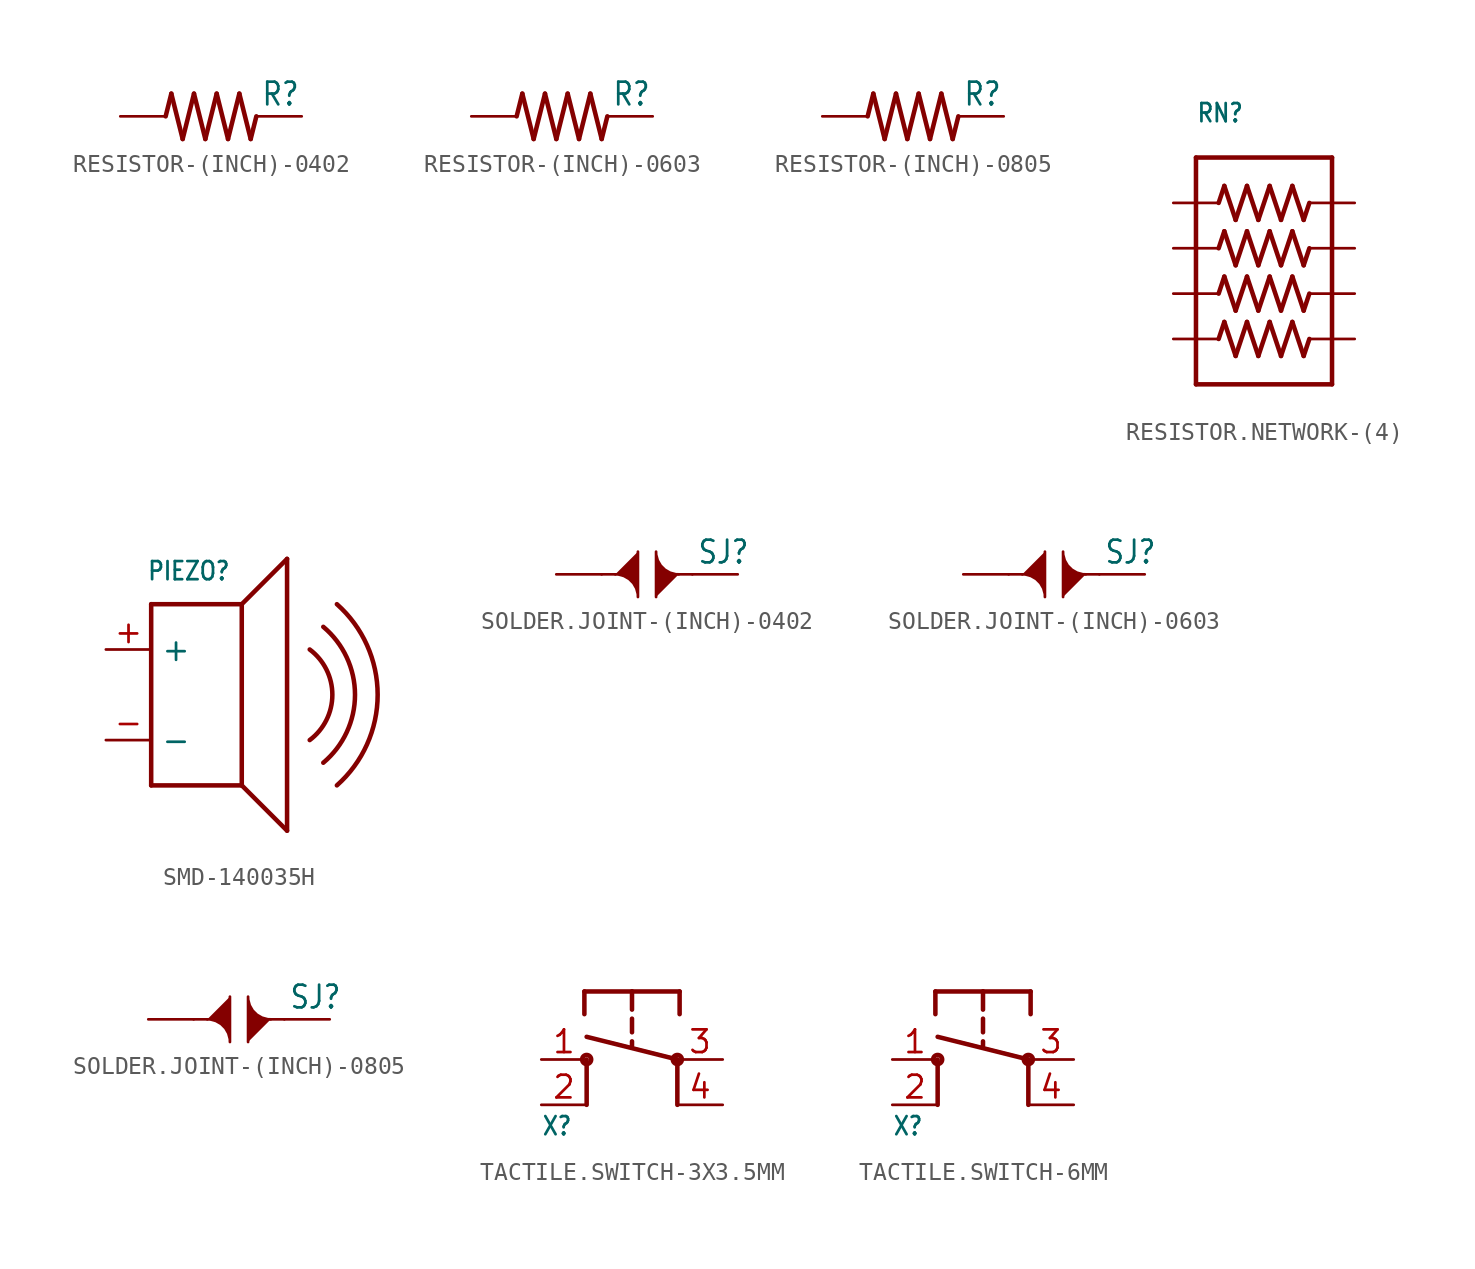
<source format=kicad_sym>
(kicad_symbol_lib
  (version 20231120)
  (generator "kicad_symbol_editor")
  (generator_version "8.0")
  (symbol "RESISTOR-(INCH)-0402"
    (property "Reference" "R"
      (at 2.794 0.508 0)
      (effects (font (size 1.27 1.079)) (justify left bottom)))
    (property "Value" ""
      (at 2.794 -0.508 0)
      (effects (font (size 1.27 1.079)) (justify left top)))
    (property "ki_locked" ""
      (at 0 0 0)
      (effects (font (size 1.27 1.27))))
    (symbol "RESISTOR-(INCH)-0402_1_0"
      (polyline (pts (xy -2.223 1.27) (xy -2.54 0)) (stroke (width 0.254) (type solid)) (fill (type none)))
      (polyline (pts (xy -1.587 -1.27) (xy -2.223 1.27)) (stroke (width 0.254) (type solid)) (fill (type none)))
      (polyline (pts (xy -0.953 1.27) (xy -1.587 -1.27)) (stroke (width 0.254) (type solid)) (fill (type none)))
      (polyline (pts (xy -0.318 -1.27) (xy -0.953 1.27)) (stroke (width 0.254) (type solid)) (fill (type none)))
      (polyline (pts (xy 0.318 1.27) (xy -0.318 -1.27)) (stroke (width 0.254) (type solid)) (fill (type none)))
      (polyline (pts (xy 0.953 -1.27) (xy 0.318 1.27)) (stroke (width 0.254) (type solid)) (fill (type none)))
      (polyline (pts (xy 1.587 1.27) (xy 0.953 -1.27)) (stroke (width 0.254) (type solid)) (fill (type none)))
      (polyline (pts (xy 2.223 -1.27) (xy 1.587 1.27)) (stroke (width 0.254) (type solid)) (fill (type none)))
      (polyline (pts (xy 2.54 0) (xy 2.223 -1.27)) (stroke (width 0.254) (type solid)) (fill (type none)))
      (pin bidirectional line (at -5.08 0 0) (length 2.54) (name "1" (effects (font (size 0 0)))) (number "1" (effects (font (size 0 0)))))
      (pin bidirectional line (at 5.08 0 180) (length 2.54) (name "2" (effects (font (size 0 0)))) (number "2" (effects (font (size 0 0)))))))
  (symbol "RESISTOR-(INCH)-0603"
    (property "Reference" "R"
      (at 2.794 0.508 0)
      (effects (font (size 1.27 1.079)) (justify left bottom)))
    (property "Value" ""
      (at 2.794 -0.508 0)
      (effects (font (size 1.27 1.079)) (justify left top)))
    (property "ki_locked" ""
      (at 0 0 0)
      (effects (font (size 1.27 1.27))))
    (symbol "RESISTOR-(INCH)-0603_1_0"
      (polyline (pts (xy -2.223 1.27) (xy -2.54 0)) (stroke (width 0.254) (type solid)) (fill (type none)))
      (polyline (pts (xy -1.587 -1.27) (xy -2.223 1.27)) (stroke (width 0.254) (type solid)) (fill (type none)))
      (polyline (pts (xy -0.953 1.27) (xy -1.587 -1.27)) (stroke (width 0.254) (type solid)) (fill (type none)))
      (polyline (pts (xy -0.318 -1.27) (xy -0.953 1.27)) (stroke (width 0.254) (type solid)) (fill (type none)))
      (polyline (pts (xy 0.318 1.27) (xy -0.318 -1.27)) (stroke (width 0.254) (type solid)) (fill (type none)))
      (polyline (pts (xy 0.953 -1.27) (xy 0.318 1.27)) (stroke (width 0.254) (type solid)) (fill (type none)))
      (polyline (pts (xy 1.587 1.27) (xy 0.953 -1.27)) (stroke (width 0.254) (type solid)) (fill (type none)))
      (polyline (pts (xy 2.223 -1.27) (xy 1.587 1.27)) (stroke (width 0.254) (type solid)) (fill (type none)))
      (polyline (pts (xy 2.54 0) (xy 2.223 -1.27)) (stroke (width 0.254) (type solid)) (fill (type none)))
      (pin bidirectional line (at -5.08 0 0) (length 2.54) (name "1" (effects (font (size 0 0)))) (number "1" (effects (font (size 0 0)))))
      (pin bidirectional line (at 5.08 0 180) (length 2.54) (name "2" (effects (font (size 0 0)))) (number "2" (effects (font (size 0 0)))))))
  (symbol "RESISTOR-(INCH)-0805"
    (property "Reference" "R"
      (at 2.794 0.508 0)
      (effects (font (size 1.27 1.079)) (justify left bottom)))
    (property "Value" ""
      (at 2.794 -0.508 0)
      (effects (font (size 1.27 1.079)) (justify left top)))
    (property "ki_locked" ""
      (at 0 0 0)
      (effects (font (size 1.27 1.27))))
    (symbol "RESISTOR-(INCH)-0805_1_0"
      (polyline (pts (xy -2.223 1.27) (xy -2.54 0)) (stroke (width 0.254) (type solid)) (fill (type none)))
      (polyline (pts (xy -1.587 -1.27) (xy -2.223 1.27)) (stroke (width 0.254) (type solid)) (fill (type none)))
      (polyline (pts (xy -0.953 1.27) (xy -1.587 -1.27)) (stroke (width 0.254) (type solid)) (fill (type none)))
      (polyline (pts (xy -0.318 -1.27) (xy -0.953 1.27)) (stroke (width 0.254) (type solid)) (fill (type none)))
      (polyline (pts (xy 0.318 1.27) (xy -0.318 -1.27)) (stroke (width 0.254) (type solid)) (fill (type none)))
      (polyline (pts (xy 0.953 -1.27) (xy 0.318 1.27)) (stroke (width 0.254) (type solid)) (fill (type none)))
      (polyline (pts (xy 1.587 1.27) (xy 0.953 -1.27)) (stroke (width 0.254) (type solid)) (fill (type none)))
      (polyline (pts (xy 2.223 -1.27) (xy 1.587 1.27)) (stroke (width 0.254) (type solid)) (fill (type none)))
      (polyline (pts (xy 2.54 0) (xy 2.223 -1.27)) (stroke (width 0.254) (type solid)) (fill (type none)))
      (pin bidirectional line (at -5.08 0 0) (length 2.54) (name "1" (effects (font (size 0 0)))) (number "1" (effects (font (size 0 0)))))
      (pin bidirectional line (at 5.08 0 180) (length 2.54) (name "2" (effects (font (size 0 0)))) (number "2" (effects (font (size 0 0)))))))
  (symbol "RESISTOR.NETWORK-(4)"
    (property "Reference" "RN"
      (at -3.81 9.525 0)
      (effects (font (size 1.016 0.864)) (justify left bottom)))
    (property "Value" ""
      (at -3.81 8.255 0)
      (effects (font (size 1.016 0.864)) (justify left bottom)))
    (property "ki_locked" ""
      (at 0 0 0)
      (effects (font (size 1.27 1.27))))
    (symbol "RESISTOR.NETWORK-(4)_1_0"
      (polyline (pts (xy -3.81 -5.08) (xy -3.81 7.62)) (stroke (width 0.254) (type solid)) (fill (type none)))
      (polyline (pts (xy -3.81 7.62) (xy 3.81 7.62)) (stroke (width 0.254) (type solid)) (fill (type none)))
      (polyline (pts (xy -2.54 -2.54) (xy -2.223 -1.587)) (stroke (width 0.254) (type solid)) (fill (type none)))
      (polyline (pts (xy -2.54 0) (xy -2.223 0.953)) (stroke (width 0.254) (type solid)) (fill (type none)))
      (polyline (pts (xy -2.54 2.54) (xy -2.223 3.493)) (stroke (width 0.254) (type solid)) (fill (type none)))
      (polyline (pts (xy -2.54 5.08) (xy -2.223 6.032)) (stroke (width 0.254) (type solid)) (fill (type none)))
      (polyline (pts (xy -2.223 -1.587) (xy -1.587 -3.493)) (stroke (width 0.254) (type solid)) (fill (type none)))
      (polyline (pts (xy -2.223 0.953) (xy -1.587 -0.953)) (stroke (width 0.254) (type solid)) (fill (type none)))
      (polyline (pts (xy -2.223 3.493) (xy -1.587 1.587)) (stroke (width 0.254) (type solid)) (fill (type none)))
      (polyline (pts (xy -2.223 6.032) (xy -1.587 4.128)) (stroke (width 0.254) (type solid)) (fill (type none)))
      (polyline (pts (xy -1.587 -3.493) (xy -0.953 -1.587)) (stroke (width 0.254) (type solid)) (fill (type none)))
      (polyline (pts (xy -1.587 -0.953) (xy -0.953 0.953)) (stroke (width 0.254) (type solid)) (fill (type none)))
      (polyline (pts (xy -1.587 1.587) (xy -0.953 3.493)) (stroke (width 0.254) (type solid)) (fill (type none)))
      (polyline (pts (xy -1.587 4.128) (xy -0.953 6.032)) (stroke (width 0.254) (type solid)) (fill (type none)))
      (polyline (pts (xy -0.953 -1.587) (xy -0.318 -3.493)) (stroke (width 0.254) (type solid)) (fill (type none)))
      (polyline (pts (xy -0.953 0.953) (xy -0.318 -0.953)) (stroke (width 0.254) (type solid)) (fill (type none)))
      (polyline (pts (xy -0.953 3.493) (xy -0.318 1.587)) (stroke (width 0.254) (type solid)) (fill (type none)))
      (polyline (pts (xy -0.953 6.032) (xy -0.318 4.128)) (stroke (width 0.254) (type solid)) (fill (type none)))
      (polyline (pts (xy -0.318 -3.493) (xy 0.318 -1.587)) (stroke (width 0.254) (type solid)) (fill (type none)))
      (polyline (pts (xy -0.318 -0.953) (xy 0.318 0.953)) (stroke (width 0.254) (type solid)) (fill (type none)))
      (polyline (pts (xy -0.318 1.587) (xy 0.318 3.493)) (stroke (width 0.254) (type solid)) (fill (type none)))
      (polyline (pts (xy -0.318 4.128) (xy 0.318 6.032)) (stroke (width 0.254) (type solid)) (fill (type none)))
      (polyline (pts (xy 0.318 -1.587) (xy 0.953 -3.493)) (stroke (width 0.254) (type solid)) (fill (type none)))
      (polyline (pts (xy 0.318 0.953) (xy 0.953 -0.953)) (stroke (width 0.254) (type solid)) (fill (type none)))
      (polyline (pts (xy 0.318 3.493) (xy 0.953 1.587)) (stroke (width 0.254) (type solid)) (fill (type none)))
      (polyline (pts (xy 0.318 6.032) (xy 0.953 4.128)) (stroke (width 0.254) (type solid)) (fill (type none)))
      (polyline (pts (xy 0.953 -3.493) (xy 1.587 -1.587)) (stroke (width 0.254) (type solid)) (fill (type none)))
      (polyline (pts (xy 0.953 -0.953) (xy 1.587 0.953)) (stroke (width 0.254) (type solid)) (fill (type none)))
      (polyline (pts (xy 0.953 1.587) (xy 1.587 3.493)) (stroke (width 0.254) (type solid)) (fill (type none)))
      (polyline (pts (xy 0.953 4.128) (xy 1.587 6.032)) (stroke (width 0.254) (type solid)) (fill (type none)))
      (polyline (pts (xy 1.587 -1.587) (xy 2.223 -3.493)) (stroke (width 0.254) (type solid)) (fill (type none)))
      (polyline (pts (xy 1.587 0.953) (xy 2.223 -0.953)) (stroke (width 0.254) (type solid)) (fill (type none)))
      (polyline (pts (xy 1.587 3.493) (xy 2.223 1.587)) (stroke (width 0.254) (type solid)) (fill (type none)))
      (polyline (pts (xy 1.587 6.032) (xy 2.223 4.128)) (stroke (width 0.254) (type solid)) (fill (type none)))
      (polyline (pts (xy 2.223 -3.493) (xy 2.54 -2.54)) (stroke (width 0.254) (type solid)) (fill (type none)))
      (polyline (pts (xy 2.223 -0.953) (xy 2.54 0)) (stroke (width 0.254) (type solid)) (fill (type none)))
      (polyline (pts (xy 2.223 1.587) (xy 2.54 2.54)) (stroke (width 0.254) (type solid)) (fill (type none)))
      (polyline (pts (xy 2.223 4.128) (xy 2.54 5.08)) (stroke (width 0.254) (type solid)) (fill (type none)))
      (polyline (pts (xy 3.81 -5.08) (xy -3.81 -5.08)) (stroke (width 0.254) (type solid)) (fill (type none)))
      (polyline (pts (xy 3.81 7.62) (xy 3.81 -5.08)) (stroke (width 0.254) (type solid)) (fill (type none)))
      (pin bidirectional line (at -5.08 5.08 0) (length 2.54) (name "1" (effects (font (size 0 0)))) (number "1" (effects (font (size 0 0)))))
      (pin bidirectional line (at -5.08 2.54 0) (length 2.54) (name "2" (effects (font (size 0 0)))) (number "2" (effects (font (size 0 0)))))
      (pin bidirectional line (at -5.08 0 0) (length 2.54) (name "3" (effects (font (size 0 0)))) (number "3" (effects (font (size 0 0)))))
      (pin bidirectional line (at -5.08 -2.54 0) (length 2.54) (name "4" (effects (font (size 0 0)))) (number "4" (effects (font (size 0 0)))))
      (pin bidirectional line (at 5.08 -2.54 180) (length 2.54) (name "5" (effects (font (size 0 0)))) (number "5" (effects (font (size 0 0)))))
      (pin bidirectional line (at 5.08 0 180) (length 2.54) (name "6" (effects (font (size 0 0)))) (number "6" (effects (font (size 0 0)))))
      (pin bidirectional line (at 5.08 2.54 180) (length 2.54) (name "7" (effects (font (size 0 0)))) (number "7" (effects (font (size 0 0)))))
      (pin bidirectional line (at 5.08 5.08 180) (length 2.54) (name "8" (effects (font (size 0 0)))) (number "8" (effects (font (size 0 0)))))))
  (symbol "SMD-140035H"
    (property "Reference" "PIEZO"
      (at -2.794 6.35 0)
      (effects (font (size 1.016 0.864)) (justify left bottom)))
    (property "Value" ""
      (at -2.54 -7.366 0)
      (effects (font (size 1.016 0.864)) (justify left bottom)))
    (property "ki_locked" ""
      (at 0 0 0)
      (effects (font (size 1.27 1.27))))
    (symbol "SMD-140035H_1_0"
      (polyline (pts (xy -2.54 5.08) (xy -2.54 -5.08)) (stroke (width 0.254) (type solid)) (fill (type none)))
      (polyline (pts (xy -2.54 5.08) (xy 2.54 5.08)) (stroke (width 0.254) (type solid)) (fill (type none)))
      (polyline (pts (xy 2.54 -5.08) (xy -2.54 -5.08)) (stroke (width 0.254) (type solid)) (fill (type none)))
      (polyline (pts (xy 2.54 5.08) (xy 2.54 -5.08)) (stroke (width 0.254) (type solid)) (fill (type none)))
      (polyline (pts (xy 2.54 5.08) (xy 5.08 7.62)) (stroke (width 0.254) (type solid)) (fill (type none)))
      (polyline (pts (xy 5.08 -7.62) (xy 2.54 -5.08)) (stroke (width 0.254) (type solid)) (fill (type none)))
      (polyline (pts (xy 5.08 7.62) (xy 5.08 -7.62)) (stroke (width 0.254) (type solid)) (fill (type none)))
      (arc (start 6.35 -2.54) (mid 7.62 0) (end 6.35 2.54) (stroke (width 0.254) (type solid)) (fill (type none)))
      (arc (start 7.1119 -3.8101) (mid 8.89 -0.0001) (end 7.112 3.81) (stroke (width 0.254) (type solid)) (fill (type none)))
      (arc (start 7.8739 -5.0801) (mid 10.16 -0.0001) (end 7.874 5.08) (stroke (width 0.254) (type solid)) (fill (type none)))
      (pin bidirectional line (at -5.08 2.54 0) (length 2.54) (name "+" (effects (font (size 1.27 1.27)))) (number "+" (effects (font (size 1.27 1.27)))))
      (pin bidirectional line (at -5.08 -2.54 0) (length 2.54) (name "-" (effects (font (size 1.27 1.27)))) (number "-" (effects (font (size 1.27 1.27)))))))
  (symbol "SOLDER.JOINT-(INCH)-0402"
    (property "Reference" "SJ"
      (at 2.794 0.508 0)
      (effects (font (size 1.27 1.079)) (justify left bottom)))
    (property "Value" ""
      (at 2.794 -0.508 0)
      (effects (font (size 1.27 1.079)) (justify left top)))
    (property "ki_locked" ""
      (at 0 0 0)
      (effects (font (size 1.27 1.27))))
    (symbol "SOLDER.JOINT-(INCH)-0402_1_0"
      (polyline (pts (xy -2.54 0) (xy -1.778 0)) (stroke (width 0.152) (type solid)) (fill (type none)))
      (polyline (pts (xy 2.54 0) (xy 1.778 0)) (stroke (width 0.152) (type solid)) (fill (type none)))
      (polyline (pts (xy -0.508 1.27) (xy -0.508 -1.27) (xy -0.513 -1.103) (xy -0.6 -0.782) (xy -0.766 -0.494) (xy -1.002 -0.258) (xy -1.29 -0.092) (xy -1.611 -0.005) (xy -1.778 0)) (stroke (width 0.152) (type solid)) (fill (type outline)))
      (polyline (pts (xy 0.508 -1.27) (xy 0.508 1.27) (xy 0.513 1.103) (xy 0.6 0.782) (xy 0.766 0.493) (xy 1.002 0.258) (xy 1.29 0.092) (xy 1.611 0.005) (xy 1.778 0)) (stroke (width 0.152) (type solid)) (fill (type outline)))
      (pin bidirectional line (at -5.08 0 0) (length 2.54) (name "1" (effects (font (size 0 0)))) (number "1" (effects (font (size 0 0)))))
      (pin bidirectional line (at 5.08 0 180) (length 2.54) (name "2" (effects (font (size 0 0)))) (number "2" (effects (font (size 0 0)))))))
  (symbol "SOLDER.JOINT-(INCH)-0603"
    (property "Reference" "SJ"
      (at 2.794 0.508 0)
      (effects (font (size 1.27 1.079)) (justify left bottom)))
    (property "Value" ""
      (at 2.794 -0.508 0)
      (effects (font (size 1.27 1.079)) (justify left top)))
    (property "ki_locked" ""
      (at 0 0 0)
      (effects (font (size 1.27 1.27))))
    (symbol "SOLDER.JOINT-(INCH)-0603_1_0"
      (polyline (pts (xy -2.54 0) (xy -1.778 0)) (stroke (width 0.152) (type solid)) (fill (type none)))
      (polyline (pts (xy 2.54 0) (xy 1.778 0)) (stroke (width 0.152) (type solid)) (fill (type none)))
      (polyline (pts (xy -0.508 1.27) (xy -0.508 -1.27) (xy -0.513 -1.103) (xy -0.6 -0.782) (xy -0.766 -0.494) (xy -1.002 -0.258) (xy -1.29 -0.092) (xy -1.611 -0.005) (xy -1.778 0)) (stroke (width 0.152) (type solid)) (fill (type outline)))
      (polyline (pts (xy 0.508 -1.27) (xy 0.508 1.27) (xy 0.513 1.103) (xy 0.6 0.782) (xy 0.766 0.493) (xy 1.002 0.258) (xy 1.29 0.092) (xy 1.611 0.005) (xy 1.778 0)) (stroke (width 0.152) (type solid)) (fill (type outline)))
      (pin bidirectional line (at -5.08 0 0) (length 2.54) (name "1" (effects (font (size 0 0)))) (number "1" (effects (font (size 0 0)))))
      (pin bidirectional line (at 5.08 0 180) (length 2.54) (name "2" (effects (font (size 0 0)))) (number "2" (effects (font (size 0 0)))))))
  (symbol "SOLDER.JOINT-(INCH)-0805"
    (property "Reference" "SJ"
      (at 2.794 0.508 0)
      (effects (font (size 1.27 1.079)) (justify left bottom)))
    (property "Value" ""
      (at 2.794 -0.508 0)
      (effects (font (size 1.27 1.079)) (justify left top)))
    (property "ki_locked" ""
      (at 0 0 0)
      (effects (font (size 1.27 1.27))))
    (symbol "SOLDER.JOINT-(INCH)-0805_1_0"
      (polyline (pts (xy -2.54 0) (xy -1.778 0)) (stroke (width 0.152) (type solid)) (fill (type none)))
      (polyline (pts (xy 2.54 0) (xy 1.778 0)) (stroke (width 0.152) (type solid)) (fill (type none)))
      (polyline (pts (xy -0.508 1.27) (xy -0.508 -1.27) (xy -0.513 -1.103) (xy -0.6 -0.782) (xy -0.766 -0.494) (xy -1.002 -0.258) (xy -1.29 -0.092) (xy -1.611 -0.005) (xy -1.778 0)) (stroke (width 0.152) (type solid)) (fill (type outline)))
      (polyline (pts (xy 0.508 -1.27) (xy 0.508 1.27) (xy 0.513 1.103) (xy 0.6 0.782) (xy 0.766 0.493) (xy 1.002 0.258) (xy 1.29 0.092) (xy 1.611 0.005) (xy 1.778 0)) (stroke (width 0.152) (type solid)) (fill (type outline)))
      (pin bidirectional line (at -5.08 0 0) (length 2.54) (name "1" (effects (font (size 0 0)))) (number "1" (effects (font (size 0 0)))))
      (pin bidirectional line (at 5.08 0 180) (length 2.54) (name "2" (effects (font (size 0 0)))) (number "2" (effects (font (size 0 0)))))))
  (symbol "TACTILE.SWITCH-3X3.5MM"
    (property "Reference" "X"
      (at -5.08 -4.318 0)
      (effects (font (size 1.016 0.864)) (justify left bottom)))
    (property "Value" ""
      (at 2.54 -4.318 0)
      (effects (font (size 1.016 0.864)) (justify left bottom)))
    (property "ki_locked" ""
      (at 0 0 0)
      (effects (font (size 1.27 1.27))))
    (symbol "TACTILE.SWITCH-3X3.5MM_1_0"
      (circle (center -2.54 0) (radius 0.254) (stroke (width 0.254) (type solid)) (fill (type none)))
      (polyline (pts (xy -2.667 2.54) (xy -2.667 3.81)) (stroke (width 0.254) (type solid)) (fill (type none)))
      (polyline (pts (xy -2.667 3.81) (xy 0 3.81)) (stroke (width 0.254) (type solid)) (fill (type none)))
      (polyline (pts (xy -2.54 -2.54) (xy -2.54 0)) (stroke (width 0.254) (type solid)) (fill (type none)))
      (polyline (pts (xy 0 1.016) (xy 0 0.762)) (stroke (width 0.254) (type solid)) (fill (type none)))
      (polyline (pts (xy 0 2.286) (xy 0 1.524)) (stroke (width 0.254) (type solid)) (fill (type none)))
      (polyline (pts (xy 0 3.81) (xy 0 2.794)) (stroke (width 0.254) (type solid)) (fill (type none)))
      (polyline (pts (xy 0 3.81) (xy 2.667 3.81)) (stroke (width 0.254) (type solid)) (fill (type none)))
      (polyline (pts (xy 2.54 -2.54) (xy 2.54 0)) (stroke (width 0.254) (type solid)) (fill (type none)))
      (polyline (pts (xy 2.54 0) (xy -2.54 1.27)) (stroke (width 0.254) (type solid)) (fill (type none)))
      (polyline (pts (xy 2.667 3.81) (xy 2.667 2.54)) (stroke (width 0.254) (type solid)) (fill (type none)))
      (circle (center 2.54 0) (radius 0.254) (stroke (width 0.254) (type solid)) (fill (type none)))
      (pin bidirectional line (at -5.08 0 0) (length 2.54) (name "1" (effects (font (size 0 0)))) (number "1" (effects (font (size 1.27 1.27)))))
      (pin bidirectional line (at -5.08 -2.54 0) (length 2.54) (name "2" (effects (font (size 0 0)))) (number "2" (effects (font (size 1.27 1.27)))))
      (pin bidirectional line (at 5.08 0 180) (length 2.54) (name "3" (effects (font (size 0 0)))) (number "3" (effects (font (size 1.27 1.27)))))
      (pin bidirectional line (at 5.08 -2.54 180) (length 2.54) (name "4" (effects (font (size 0 0)))) (number "4" (effects (font (size 1.27 1.27)))))))
  (symbol "TACTILE.SWITCH-6MM"
    (property "Reference" "X"
      (at -5.08 -4.318 0)
      (effects (font (size 1.016 0.864)) (justify left bottom)))
    (property "Value" ""
      (at 2.54 -4.318 0)
      (effects (font (size 1.016 0.864)) (justify left bottom)))
    (property "ki_locked" ""
      (at 0 0 0)
      (effects (font (size 1.27 1.27))))
    (symbol "TACTILE.SWITCH-6MM_1_0"
      (circle (center -2.54 0) (radius 0.254) (stroke (width 0.254) (type solid)) (fill (type none)))
      (polyline (pts (xy -2.667 2.54) (xy -2.667 3.81)) (stroke (width 0.254) (type solid)) (fill (type none)))
      (polyline (pts (xy -2.667 3.81) (xy 0 3.81)) (stroke (width 0.254) (type solid)) (fill (type none)))
      (polyline (pts (xy -2.54 -2.54) (xy -2.54 0)) (stroke (width 0.254) (type solid)) (fill (type none)))
      (polyline (pts (xy 0 1.016) (xy 0 0.762)) (stroke (width 0.254) (type solid)) (fill (type none)))
      (polyline (pts (xy 0 2.286) (xy 0 1.524)) (stroke (width 0.254) (type solid)) (fill (type none)))
      (polyline (pts (xy 0 3.81) (xy 0 2.794)) (stroke (width 0.254) (type solid)) (fill (type none)))
      (polyline (pts (xy 0 3.81) (xy 2.667 3.81)) (stroke (width 0.254) (type solid)) (fill (type none)))
      (polyline (pts (xy 2.54 -2.54) (xy 2.54 0)) (stroke (width 0.254) (type solid)) (fill (type none)))
      (polyline (pts (xy 2.54 0) (xy -2.54 1.27)) (stroke (width 0.254) (type solid)) (fill (type none)))
      (polyline (pts (xy 2.667 3.81) (xy 2.667 2.54)) (stroke (width 0.254) (type solid)) (fill (type none)))
      (circle (center 2.54 0) (radius 0.254) (stroke (width 0.254) (type solid)) (fill (type none)))
      (pin bidirectional line (at -5.08 0 0) (length 2.54) (name "1" (effects (font (size 0 0)))) (number "1" (effects (font (size 1.27 1.27)))))
      (pin bidirectional line (at -5.08 -2.54 0) (length 2.54) (name "2" (effects (font (size 0 0)))) (number "2" (effects (font (size 1.27 1.27)))))
      (pin bidirectional line (at 5.08 0 180) (length 2.54) (name "3" (effects (font (size 0 0)))) (number "3" (effects (font (size 1.27 1.27)))))
      (pin bidirectional line (at 5.08 -2.54 180) (length 2.54) (name "4" (effects (font (size 0 0)))) (number "4" (effects (font (size 1.27 1.27))))))))
</source>
